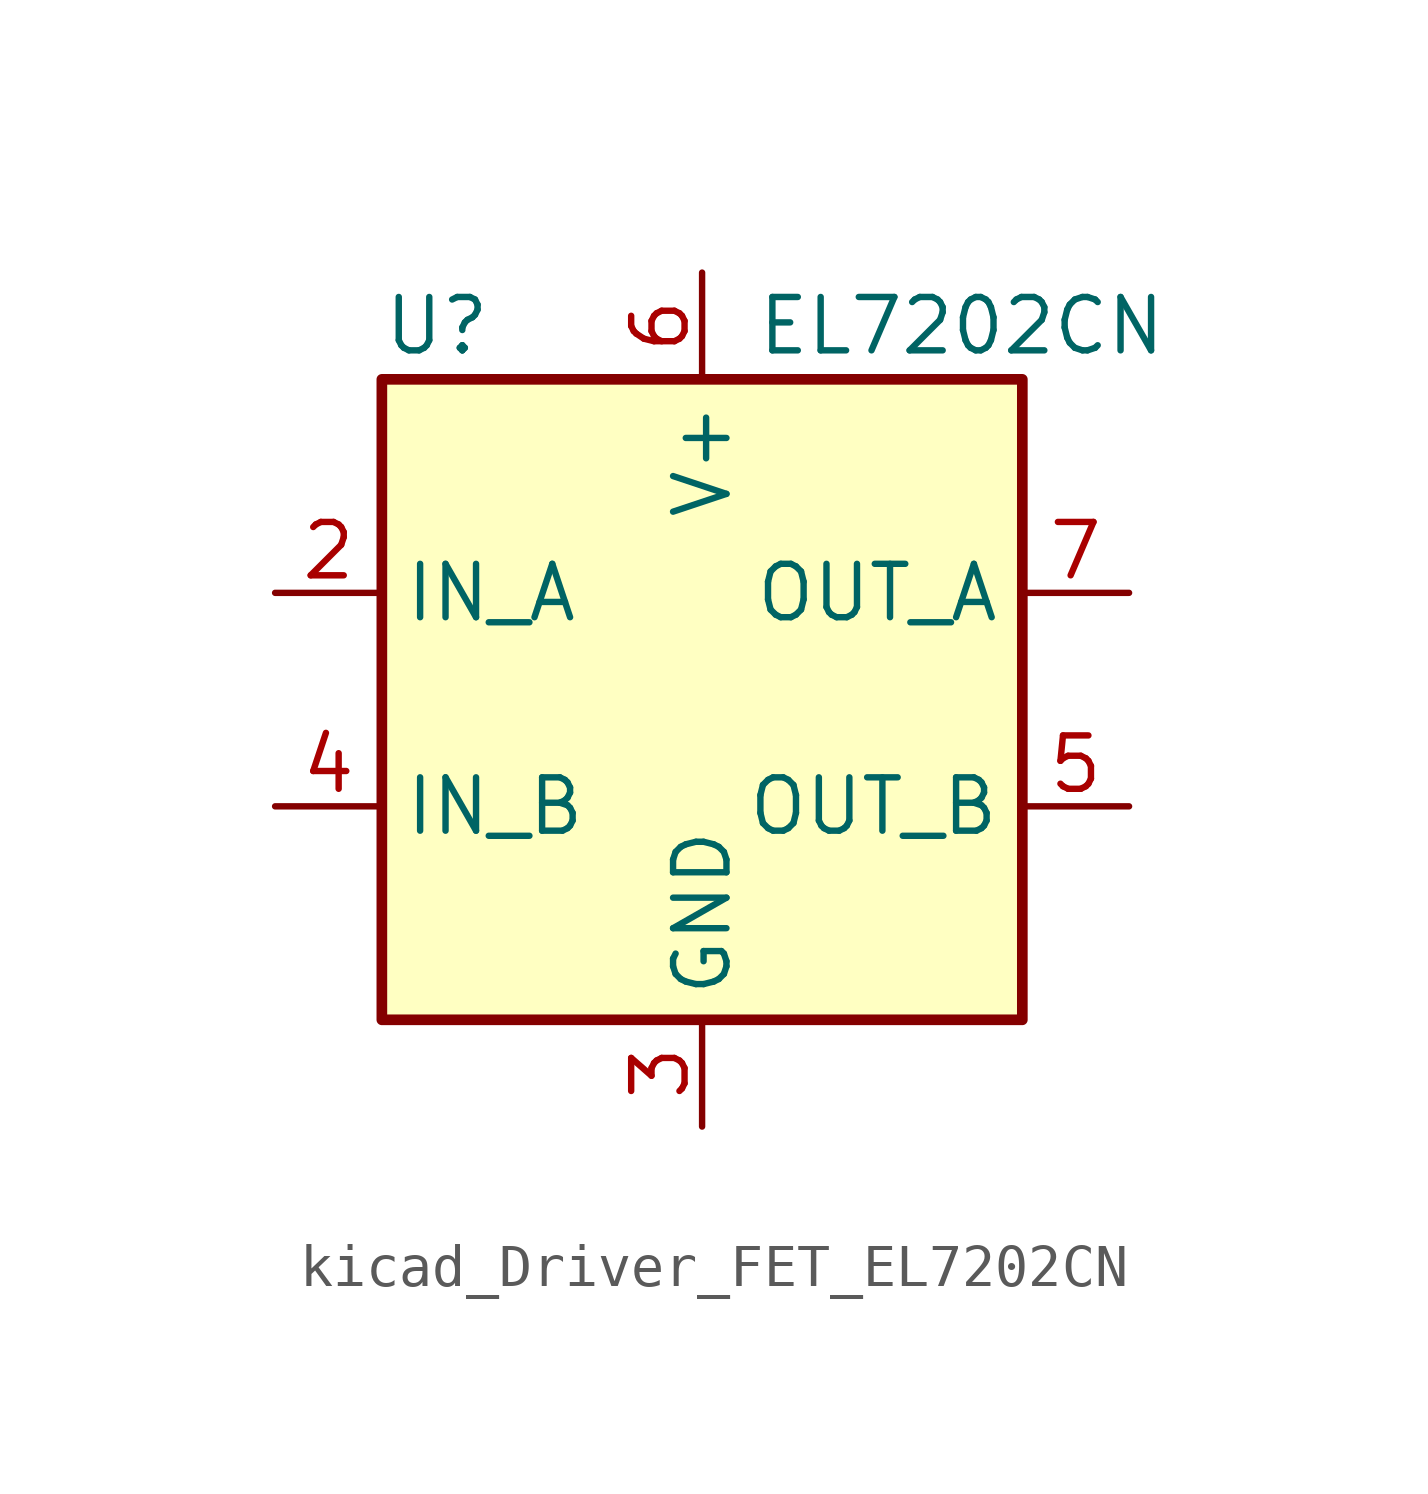
<source format=kicad_sym>
(kicad_symbol_lib
  (version 20220914)
  (generator kicad_symbol_editor)
  (symbol "kicad_Driver_FET_EL7202CN"
    (property "Reference" "U"
      (at -7.62 8.89 0)
      (effects (font (size 1.27 1.27)) (justify left)))
    (property "Value" "EL7202CN"
      (at 1.27 8.89 0)
      (effects (font (size 1.27 1.27)) (justify left)))
    (symbol "kicad_Driver_FET_EL7202CN_0_1"
      (rectangle (start -7.62 -7.62) (end 7.62 7.62) (stroke (width 0.254) (type default)) (fill (type background))))
    (symbol "kicad_Driver_FET_EL7202CN_1_1"
      (pin no_connect line (at -7.62 0 0) (length 2.54) hide (name "NC" (effects (font (size 1.27 1.27)))) (number "1" (effects (font (size 1.27 1.27)))))
      (pin input line (at -10.16 2.54 0) (length 2.54) (name "IN_A" (effects (font (size 1.27 1.27)))) (number "2" (effects (font (size 1.27 1.27)))))
      (pin power_in line (at 0 -10.16 90) (length 2.54) (name "GND" (effects (font (size 1.27 1.27)))) (number "3" (effects (font (size 1.27 1.27)))))
      (pin input line (at -10.16 -2.54 0) (length 2.54) (name "IN_B" (effects (font (size 1.27 1.27)))) (number "4" (effects (font (size 1.27 1.27)))))
      (pin output line (at 10.16 -2.54 180) (length 2.54) (name "OUT_B" (effects (font (size 1.27 1.27)))) (number "5" (effects (font (size 1.27 1.27)))))
      (pin power_in line (at 0 10.16 270) (length 2.54) (name "V+" (effects (font (size 1.27 1.27)))) (number "6" (effects (font (size 1.27 1.27)))))
      (pin output line (at 10.16 2.54 180) (length 2.54) (name "OUT_A" (effects (font (size 1.27 1.27)))) (number "7" (effects (font (size 1.27 1.27)))))
      (pin no_connect line (at 7.62 0 180) (length 2.54) hide (name "NC" (effects (font (size 1.27 1.27)))) (number "8" (effects (font (size 1.27 1.27))))))))
</source>
